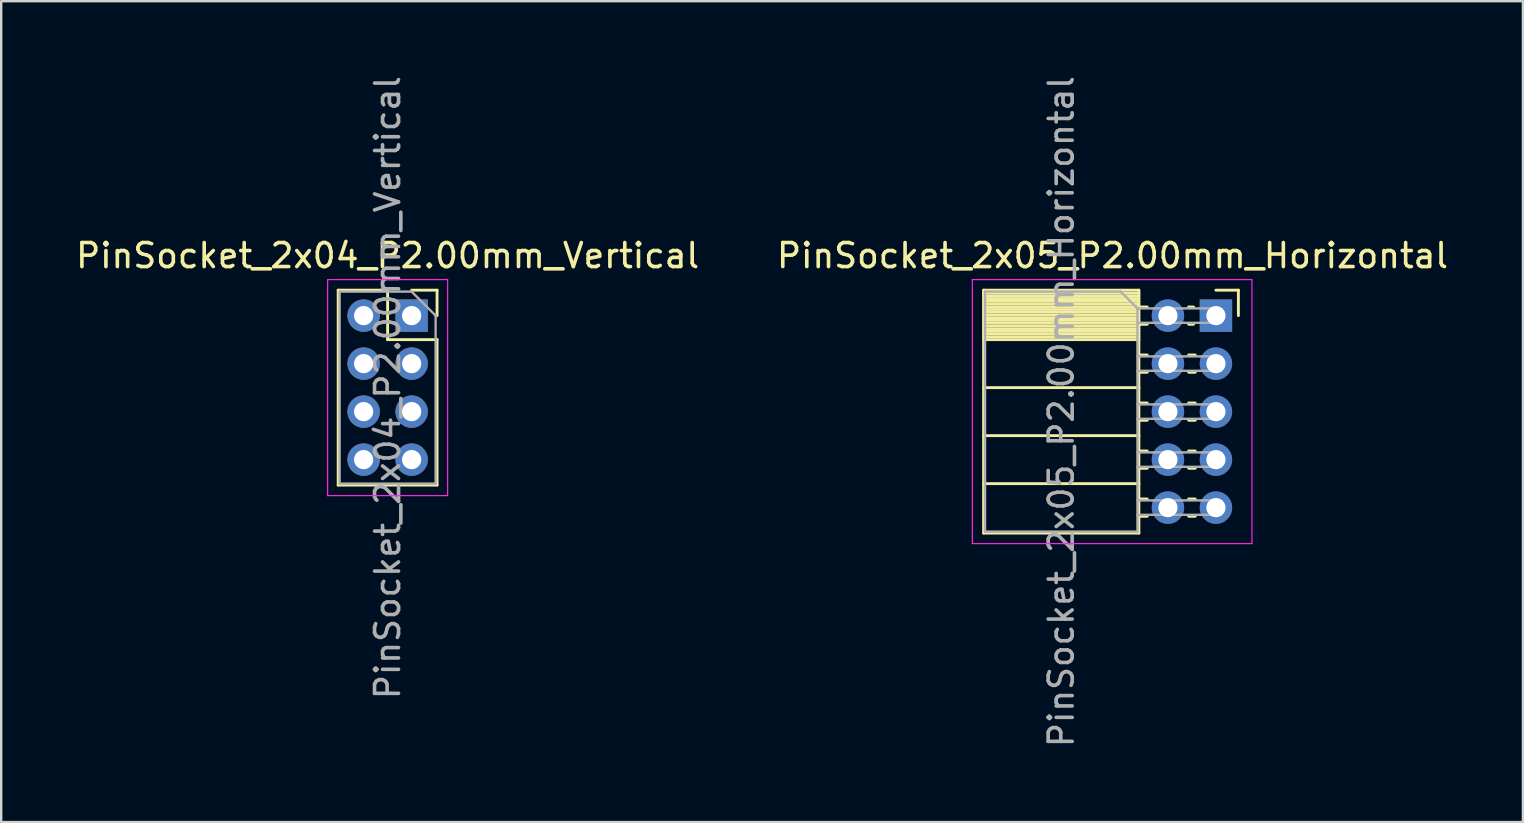
<source format=kicad_pcb>
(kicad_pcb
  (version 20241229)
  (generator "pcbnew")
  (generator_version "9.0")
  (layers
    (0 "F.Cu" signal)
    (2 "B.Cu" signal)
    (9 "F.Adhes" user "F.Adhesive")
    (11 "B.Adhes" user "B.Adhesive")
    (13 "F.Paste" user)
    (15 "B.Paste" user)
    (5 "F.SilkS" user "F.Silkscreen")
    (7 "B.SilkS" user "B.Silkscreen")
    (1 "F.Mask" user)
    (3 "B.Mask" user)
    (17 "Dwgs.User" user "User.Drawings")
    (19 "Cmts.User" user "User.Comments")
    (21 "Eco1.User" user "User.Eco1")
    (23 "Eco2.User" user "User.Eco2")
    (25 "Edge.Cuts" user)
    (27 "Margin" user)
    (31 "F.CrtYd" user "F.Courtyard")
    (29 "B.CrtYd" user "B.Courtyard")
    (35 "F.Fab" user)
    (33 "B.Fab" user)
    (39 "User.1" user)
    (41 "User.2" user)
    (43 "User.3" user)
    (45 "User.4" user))
  (footprint "PinSocket_2x05_P2.00mm_Horizontal"
    (layer "F.Cu")
    (at 47.614 10.101)
    (property "Reference" "PinSocket_2x05_P2.00mm_Horizontal" (at -4.31 -2.5 0) (layer "F.SilkS") (effects (font (size 1 1) (thickness 0.15))))
    (attr through_hole)
    (fp_line (start -9.68 -1.06) (end -9.68 9.06) (stroke (width 0.12) (type solid)) (layer "F.SilkS"))
    (fp_line (start -9.68 -1.06) (end -3.21 -1.06) (stroke (width 0.12) (type solid)) (layer "F.SilkS"))
    (fp_line (start -9.68 -0.94) (end -3.21 -0.94) (stroke (width 0.12) (type solid)) (layer "F.SilkS"))
    (fp_line (start -9.68 -0.826) (end -3.21 -0.826) (stroke (width 0.12) (type solid)) (layer "F.SilkS"))
    (fp_line (start -9.68 -0.712) (end -3.21 -0.712) (stroke (width 0.12) (type solid)) (layer "F.SilkS"))
    (fp_line (start -9.68 -0.598) (end -3.21 -0.598) (stroke (width 0.12) (type solid)) (layer "F.SilkS"))
    (fp_line (start -9.68 -0.484) (end -3.21 -0.484) (stroke (width 0.12) (type solid)) (layer "F.SilkS"))
    (fp_line (start -9.68 -0.369) (end -3.21 -0.369) (stroke (width 0.12) (type solid)) (layer "F.SilkS"))
    (fp_line (start -9.68 -0.255) (end -3.21 -0.255) (stroke (width 0.12) (type solid)) (layer "F.SilkS"))
    (fp_line (start -9.68 -0.141) (end -3.21 -0.141) (stroke (width 0.12) (type solid)) (layer "F.SilkS"))
    (fp_line (start -9.68 -0.027) (end -3.21 -0.027) (stroke (width 0.12) (type solid)) (layer "F.SilkS"))
    (fp_line (start -9.68 0.087) (end -3.21 0.087) (stroke (width 0.12) (type solid)) (layer "F.SilkS"))
    (fp_line (start -9.68 0.201) (end -3.21 0.201) (stroke (width 0.12) (type solid)) (layer "F.SilkS"))
    (fp_line (start -9.68 0.315) (end -3.21 0.315) (stroke (width 0.12) (type solid)) (layer "F.SilkS"))
    (fp_line (start -9.68 0.429) (end -3.21 0.429) (stroke (width 0.12) (type solid)) (layer "F.SilkS"))
    (fp_line (start -9.68 0.544) (end -3.21 0.544) (stroke (width 0.12) (type solid)) (layer "F.SilkS"))
    (fp_line (start -9.68 0.658) (end -3.21 0.658) (stroke (width 0.12) (type solid)) (layer "F.SilkS"))
    (fp_line (start -9.68 0.772) (end -3.21 0.772) (stroke (width 0.12) (type solid)) (layer "F.SilkS"))
    (fp_line (start -9.68 0.886) (end -3.21 0.886) (stroke (width 0.12) (type solid)) (layer "F.SilkS"))
    (fp_line (start -9.68 1) (end -3.21 1) (stroke (width 0.12) (type solid)) (layer "F.SilkS"))
    (fp_line (start -9.68 3) (end -3.21 3) (stroke (width 0.12) (type solid)) (layer "F.SilkS"))
    (fp_line (start -9.68 5) (end -3.21 5) (stroke (width 0.12) (type solid)) (layer "F.SilkS"))
    (fp_line (start -9.68 7) (end -3.21 7) (stroke (width 0.12) (type solid)) (layer "F.SilkS"))
    (fp_line (start -9.68 9.06) (end -3.21 9.06) (stroke (width 0.12) (type solid)) (layer "F.SilkS"))
    (fp_line (start -3.21 -1.06) (end -3.21 9.06) (stroke (width 0.12) (type solid)) (layer "F.SilkS"))
    (fp_line (start -3.21 -0.36) (end -2.863 -0.36) (stroke (width 0.12) (type solid)) (layer "F.SilkS"))
    (fp_line (start -3.21 0.36) (end -2.863 0.36) (stroke (width 0.12) (type solid)) (layer "F.SilkS"))
    (fp_line (start -3.21 1.64) (end -2.863 1.64) (stroke (width 0.12) (type solid)) (layer "F.SilkS"))
    (fp_line (start -3.21 2.36) (end -2.863 2.36) (stroke (width 0.12) (type solid)) (layer "F.SilkS"))
    (fp_line (start -3.21 3.64) (end -2.863 3.64) (stroke (width 0.12) (type solid)) (layer "F.SilkS"))
    (fp_line (start -3.21 4.36) (end -2.863 4.36) (stroke (width 0.12) (type solid)) (layer "F.SilkS"))
    (fp_line (start -3.21 5.64) (end -2.863 5.64) (stroke (width 0.12) (type solid)) (layer "F.SilkS"))
    (fp_line (start -3.21 6.36) (end -2.863 6.36) (stroke (width 0.12) (type solid)) (layer "F.SilkS"))
    (fp_line (start -3.21 7.64) (end -2.863 7.64) (stroke (width 0.12) (type solid)) (layer "F.SilkS"))
    (fp_line (start -3.21 8.36) (end -2.863 8.36) (stroke (width 0.12) (type solid)) (layer "F.SilkS"))
    (fp_line (start -1.137 -0.36) (end -0.935 -0.36) (stroke (width 0.12) (type solid)) (layer "F.SilkS"))
    (fp_line (start -1.137 0.36) (end -0.935 0.36) (stroke (width 0.12) (type solid)) (layer "F.SilkS"))
    (fp_line (start -1.137 1.64) (end -0.863 1.64) (stroke (width 0.12) (type solid)) (layer "F.SilkS"))
    (fp_line (start -1.137 2.36) (end -0.863 2.36) (stroke (width 0.12) (type solid)) (layer "F.SilkS"))
    (fp_line (start -1.137 3.64) (end -0.863 3.64) (stroke (width 0.12) (type solid)) (layer "F.SilkS"))
    (fp_line (start -1.137 4.36) (end -0.863 4.36) (stroke (width 0.12) (type solid)) (layer "F.SilkS"))
    (fp_line (start -1.137 5.64) (end -0.863 5.64) (stroke (width 0.12) (type solid)) (layer "F.SilkS"))
    (fp_line (start -1.137 6.36) (end -0.863 6.36) (stroke (width 0.12) (type solid)) (layer "F.SilkS"))
    (fp_line (start -1.137 7.64) (end -0.863 7.64) (stroke (width 0.12) (type solid)) (layer "F.SilkS"))
    (fp_line (start -1.137 8.36) (end -0.863 8.36) (stroke (width 0.12) (type solid)) (layer "F.SilkS"))
    (fp_line (start 0 -1.06) (end 0.935 -1.06) (stroke (width 0.12) (type solid)) (layer "F.SilkS"))
    (fp_line (start 0.935 -1.06) (end 0.935 0) (stroke (width 0.12) (type solid)) (layer "F.SilkS"))
    (fp_line (start -10.15 -1.5) (end -10.15 9.5) (stroke (width 0.05) (type solid)) (layer "F.CrtYd"))
    (fp_line (start -10.15 9.5) (end 1.5 9.5) (stroke (width 0.05) (type solid)) (layer "F.CrtYd"))
    (fp_line (start 1.5 -1.5) (end -10.15 -1.5) (stroke (width 0.05) (type solid)) (layer "F.CrtYd"))
    (fp_line (start 1.5 9.5) (end 1.5 -1.5) (stroke (width 0.05) (type solid)) (layer "F.CrtYd"))
    (fp_line (start -9.62 -1) (end -3.97 -1) (stroke (width 0.1) (type solid)) (layer "F.Fab"))
    (fp_line (start -9.62 9) (end -9.62 -1) (stroke (width 0.1) (type solid)) (layer "F.Fab"))
    (fp_line (start -3.97 -1) (end -3.27 -0.3) (stroke (width 0.1) (type solid)) (layer "F.Fab"))
    (fp_line (start -3.27 -0.3) (end -3.27 9) (stroke (width 0.1) (type solid)) (layer "F.Fab"))
    (fp_line (start -3.27 0.3) (end 0 0.3) (stroke (width 0.1) (type solid)) (layer "F.Fab"))
    (fp_line (start -3.27 2.3) (end 0 2.3) (stroke (width 0.1) (type solid)) (layer "F.Fab"))
    (fp_line (start -3.27 4.3) (end 0 4.3) (stroke (width 0.1) (type solid)) (layer "F.Fab"))
    (fp_line (start -3.27 6.3) (end 0 6.3) (stroke (width 0.1) (type solid)) (layer "F.Fab"))
    (fp_line (start -3.27 8.3) (end 0 8.3) (stroke (width 0.1) (type solid)) (layer "F.Fab"))
    (fp_line (start -3.27 9) (end -9.62 9) (stroke (width 0.1) (type solid)) (layer "F.Fab"))
    (fp_line (start 0 -0.3) (end -3.27 -0.3) (stroke (width 0.1) (type solid)) (layer "F.Fab"))
    (fp_line (start 0 0.3) (end 0 -0.3) (stroke (width 0.1) (type solid)) (layer "F.Fab"))
    (fp_line (start 0 1.7) (end -3.27 1.7) (stroke (width 0.1) (type solid)) (layer "F.Fab"))
    (fp_line (start 0 2.3) (end 0 1.7) (stroke (width 0.1) (type solid)) (layer "F.Fab"))
    (fp_line (start 0 3.7) (end -3.27 3.7) (stroke (width 0.1) (type solid)) (layer "F.Fab"))
    (fp_line (start 0 4.3) (end 0 3.7) (stroke (width 0.1) (type solid)) (layer "F.Fab"))
    (fp_line (start 0 5.7) (end -3.27 5.7) (stroke (width 0.1) (type solid)) (layer "F.Fab"))
    (fp_line (start 0 6.3) (end 0 5.7) (stroke (width 0.1) (type solid)) (layer "F.Fab"))
    (fp_line (start 0 7.7) (end -3.27 7.7) (stroke (width 0.1) (type solid)) (layer "F.Fab"))
    (fp_line (start 0 8.3) (end 0 7.7) (stroke (width 0.1) (type solid)) (layer "F.Fab"))
    (fp_text user "${REFERENCE}" (at -6.445 4 90) (layer "F.Fab") (effects (font (size 1 1) (thickness 0.15))))
    (pad "1" thru_hole rect (at 0 0) (size 1.35 1.35) (drill 0.8) (layers "*.Cu" "*.Mask"))
    (pad "2" thru_hole oval (at -2 0) (size 1.35 1.35) (drill 0.8) (layers "*.Cu" "*.Mask"))
    (pad "3" thru_hole oval (at 0 2) (size 1.35 1.35) (drill 0.8) (layers "*.Cu" "*.Mask"))
    (pad "4" thru_hole oval (at -2 2) (size 1.35 1.35) (drill 0.8) (layers "*.Cu" "*.Mask"))
    (pad "5" thru_hole oval (at 0 4) (size 1.35 1.35) (drill 0.8) (layers "*.Cu" "*.Mask"))
    (pad "6" thru_hole oval (at -2 4) (size 1.35 1.35) (drill 0.8) (layers "*.Cu" "*.Mask"))
    (pad "7" thru_hole oval (at 0 6) (size 1.35 1.35) (drill 0.8) (layers "*.Cu" "*.Mask"))
    (pad "8" thru_hole oval (at -2 6) (size 1.35 1.35) (drill 0.8) (layers "*.Cu" "*.Mask"))
    (pad "9" thru_hole oval (at 0 8) (size 1.35 1.35) (drill 0.8) (layers "*.Cu" "*.Mask"))
    (pad "10" thru_hole oval (at -2 8) (size 1.35 1.35) (drill 0.8) (layers "*.Cu" "*.Mask")))
  (footprint "PinSocket_2x04_P2.00mm_Vertical"
    (layer "F.Cu")
    (at 14.101 10.101)
    (property "Reference" "PinSocket_2x04_P2.00mm_Vertical" (at -1 -2.5 0) (layer "F.SilkS") (effects (font (size 1 1) (thickness 0.15))))
    (attr through_hole)
    (fp_line (start -3.06 -1.06) (end -3.06 7.06) (stroke (width 0.12) (type solid)) (layer "F.SilkS"))
    (fp_line (start -3.06 -1.06) (end -1 -1.06) (stroke (width 0.12) (type solid)) (layer "F.SilkS"))
    (fp_line (start -3.06 7.06) (end 1.06 7.06) (stroke (width 0.12) (type solid)) (layer "F.SilkS"))
    (fp_line (start -1 -1.06) (end -1 1) (stroke (width 0.12) (type solid)) (layer "F.SilkS"))
    (fp_line (start -1 1) (end 1.06 1) (stroke (width 0.12) (type solid)) (layer "F.SilkS"))
    (fp_line (start 0 -1.06) (end 1.06 -1.06) (stroke (width 0.12) (type solid)) (layer "F.SilkS"))
    (fp_line (start 1.06 -1.06) (end 1.06 0) (stroke (width 0.12) (type solid)) (layer "F.SilkS"))
    (fp_line (start 1.06 1) (end 1.06 7.06) (stroke (width 0.12) (type solid)) (layer "F.SilkS"))
    (fp_line (start -3.5 -1.5) (end 1.5 -1.5) (stroke (width 0.05) (type solid)) (layer "F.CrtYd"))
    (fp_line (start -3.5 7.5) (end -3.5 -1.5) (stroke (width 0.05) (type solid)) (layer "F.CrtYd"))
    (fp_line (start 1.5 -1.5) (end 1.5 7.5) (stroke (width 0.05) (type solid)) (layer "F.CrtYd"))
    (fp_line (start 1.5 7.5) (end -3.5 7.5) (stroke (width 0.05) (type solid)) (layer "F.CrtYd"))
    (fp_line (start -3 -1) (end 0 -1) (stroke (width 0.1) (type solid)) (layer "F.Fab"))
    (fp_line (start -3 7) (end -3 -1) (stroke (width 0.1) (type solid)) (layer "F.Fab"))
    (fp_line (start 0 -1) (end 1 0) (stroke (width 0.1) (type solid)) (layer "F.Fab"))
    (fp_line (start 1 0) (end 1 7) (stroke (width 0.1) (type solid)) (layer "F.Fab"))
    (fp_line (start 1 7) (end -3 7) (stroke (width 0.1) (type solid)) (layer "F.Fab"))
    (fp_text user "${REFERENCE}" (at -1 3 90) (layer "F.Fab") (effects (font (size 1 1) (thickness 0.15))))
    (pad "1" thru_hole rect (at 0 0) (size 1.35 1.35) (drill 0.8) (layers "*.Cu" "*.Mask"))
    (pad "2" thru_hole oval (at -2 0) (size 1.35 1.35) (drill 0.8) (layers "*.Cu" "*.Mask"))
    (pad "3" thru_hole oval (at 0 2) (size 1.35 1.35) (drill 0.8) (layers "*.Cu" "*.Mask"))
    (pad "4" thru_hole oval (at -2 2) (size 1.35 1.35) (drill 0.8) (layers "*.Cu" "*.Mask"))
    (pad "5" thru_hole oval (at 0 4) (size 1.35 1.35) (drill 0.8) (layers "*.Cu" "*.Mask"))
    (pad "6" thru_hole oval (at -2 4) (size 1.35 1.35) (drill 0.8) (layers "*.Cu" "*.Mask"))
    (pad "7" thru_hole oval (at 0 6) (size 1.35 1.35) (drill 0.8) (layers "*.Cu" "*.Mask"))
    (pad "8" thru_hole oval (at -2 6) (size 1.35 1.35) (drill 0.8) (layers "*.Cu" "*.Mask")))
  (gr_rect
    (start -3 -3)
    (end 60.405 31.202)
    (stroke (width 0.1) (type default))
    (fill no)
    (layer "Edge.Cuts")))
</source>
